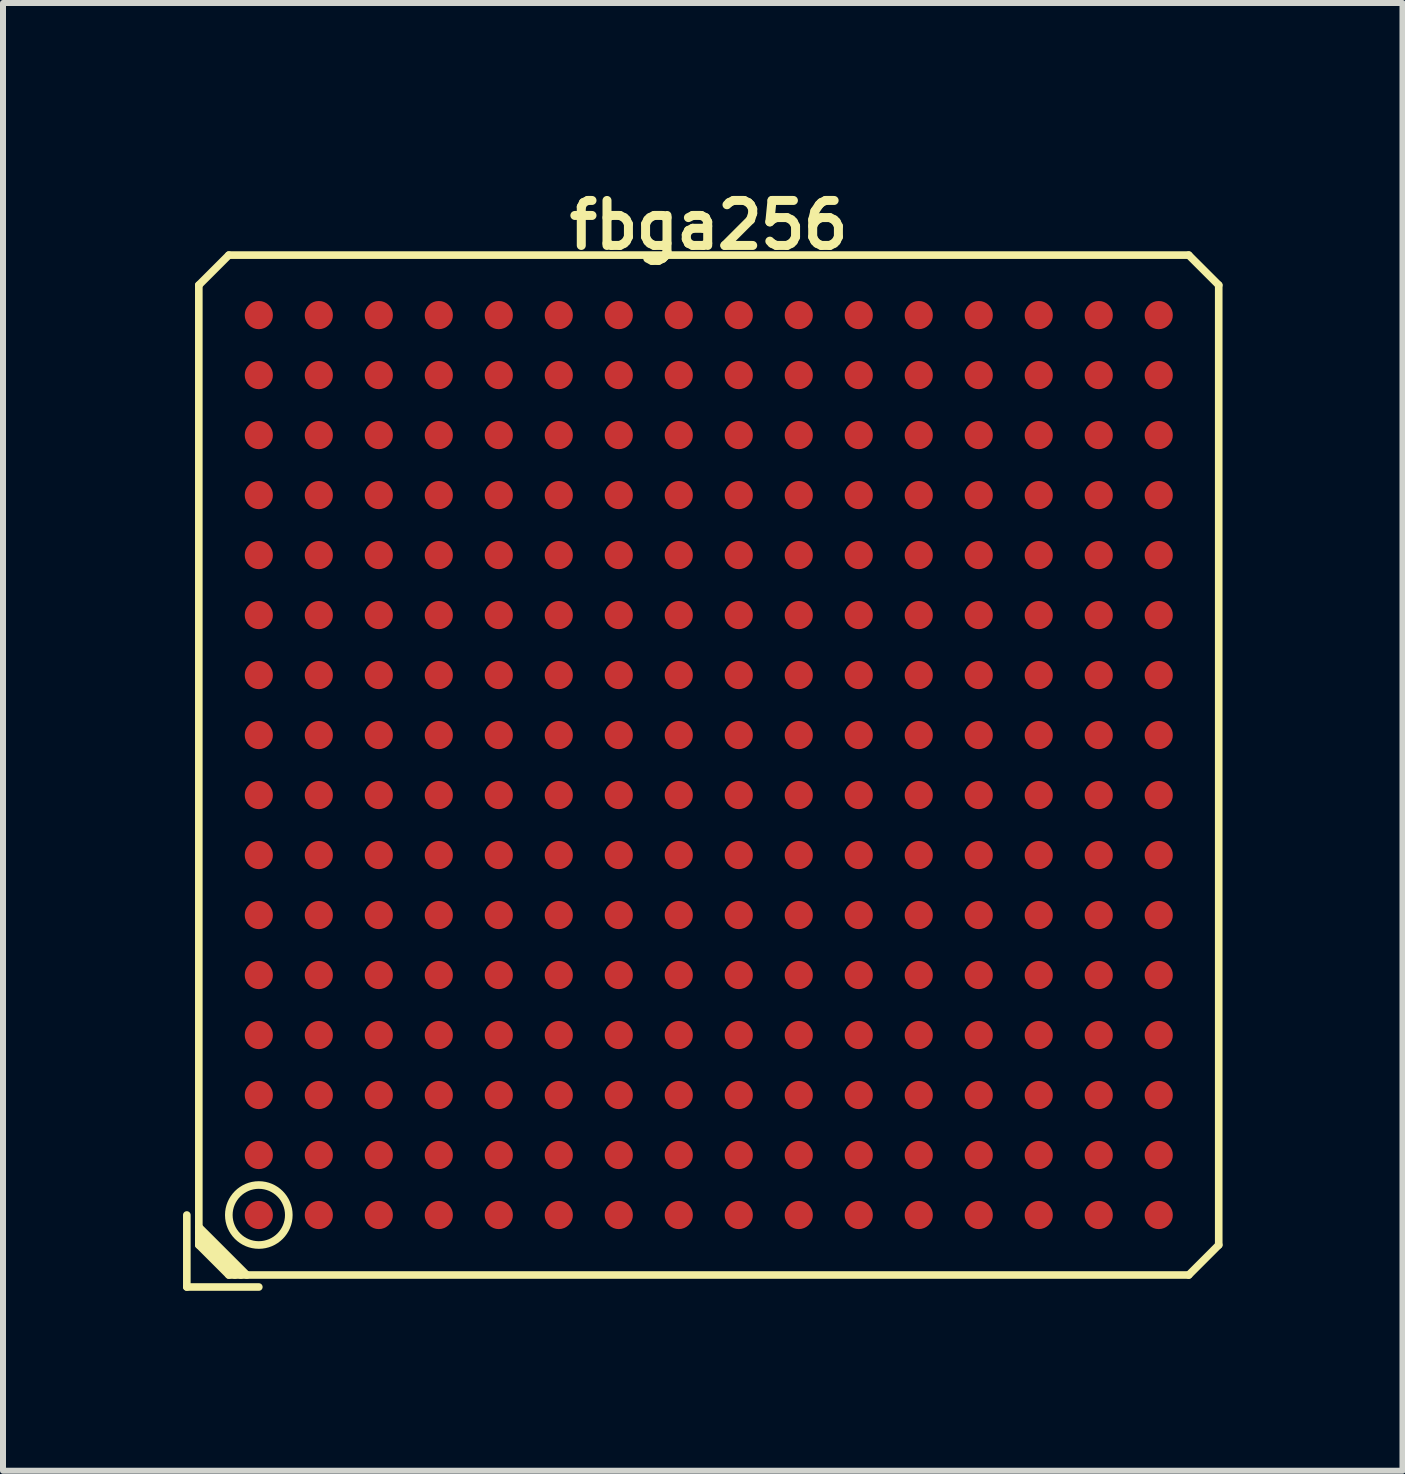
<source format=kicad_pcb>
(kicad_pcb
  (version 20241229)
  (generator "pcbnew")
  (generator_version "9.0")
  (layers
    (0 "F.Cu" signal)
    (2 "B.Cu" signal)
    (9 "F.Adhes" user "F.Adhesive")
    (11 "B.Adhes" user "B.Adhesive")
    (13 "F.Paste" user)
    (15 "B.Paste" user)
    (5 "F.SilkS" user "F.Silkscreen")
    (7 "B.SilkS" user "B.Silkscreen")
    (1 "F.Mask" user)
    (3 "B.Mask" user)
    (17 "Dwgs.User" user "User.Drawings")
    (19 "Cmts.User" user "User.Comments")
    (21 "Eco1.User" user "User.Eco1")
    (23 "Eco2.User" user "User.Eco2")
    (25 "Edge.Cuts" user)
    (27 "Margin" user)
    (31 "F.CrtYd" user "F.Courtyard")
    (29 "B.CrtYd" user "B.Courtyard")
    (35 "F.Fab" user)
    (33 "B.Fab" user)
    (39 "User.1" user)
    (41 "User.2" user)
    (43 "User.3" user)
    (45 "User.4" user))
  (footprint "fbga256"
    (layer "F.Cu")
    (at 8.764 9.702)
    (property "Reference" "fbga256" (at 0 -9 0) (layer "F.SilkS") (effects (font (size 0.75 0.75) (thickness 0.15))))
    (attr through_hole)
    (fp_line (start -8.7 7.5) (end -8.7 8.7) (stroke (width 0.127) (type solid)) (layer "F.SilkS"))
    (fp_line (start -8.7 8.7) (end -7.5 8.7) (stroke (width 0.127) (type solid)) (layer "F.SilkS"))
    (fp_line (start -8.5 -8) (end -8.5 8) (stroke (width 0.127) (type solid)) (layer "F.SilkS"))
    (fp_line (start -8.5 -8) (end -8 -8.5) (stroke (width 0.127) (type solid)) (layer "F.SilkS"))
    (fp_line (start -8.5 7.7) (end -7.7 8.5) (stroke (width 0.127) (type solid)) (layer "F.SilkS"))
    (fp_line (start -8.5 7.9) (end -7.9 8.5) (stroke (width 0.127) (type solid)) (layer "F.SilkS"))
    (fp_line (start -8 8.5) (end -8.5 8) (stroke (width 0.127) (type solid)) (layer "F.SilkS"))
    (fp_line (start -8 8.5) (end 8 8.5) (stroke (width 0.127) (type solid)) (layer "F.SilkS"))
    (fp_line (start -7.8 8.5) (end -8.5 7.8) (stroke (width 0.127) (type solid)) (layer "F.SilkS"))
    (fp_line (start 8 -8.5) (end -8 -8.5) (stroke (width 0.127) (type solid)) (layer "F.SilkS"))
    (fp_line (start 8 -8.5) (end 8.5 -8) (stroke (width 0.127) (type solid)) (layer "F.SilkS"))
    (fp_line (start 8.5 8) (end 8 8.5) (stroke (width 0.127) (type solid)) (layer "F.SilkS"))
    (fp_line (start 8.5 8) (end 8.5 -8) (stroke (width 0.127) (type solid)) (layer "F.SilkS"))
    (fp_circle (center -7.5 7.5) (end -7.9 7.8) (stroke (width 0.127) (type solid)) (fill no) (layer "F.SilkS"))
    (pad "A1" smd circle (at -7.5 7.5) (size 0.47 0.47) (layers "F.Cu" "F.Mask" "F.Paste"))
    (pad "A2" smd circle (at -6.5 7.5) (size 0.47 0.47) (layers "F.Cu" "F.Mask" "F.Paste"))
    (pad "A3" smd circle (at -5.5 7.5) (size 0.47 0.47) (layers "F.Cu" "F.Mask" "F.Paste"))
    (pad "A4" smd circle (at -4.5 7.5) (size 0.47 0.47) (layers "F.Cu" "F.Mask" "F.Paste"))
    (pad "A5" smd circle (at -3.5 7.5) (size 0.47 0.47) (layers "F.Cu" "F.Mask" "F.Paste"))
    (pad "A6" smd circle (at -2.5 7.5) (size 0.47 0.47) (layers "F.Cu" "F.Mask" "F.Paste"))
    (pad "A7" smd circle (at -1.5 7.5) (size 0.47 0.47) (layers "F.Cu" "F.Mask" "F.Paste"))
    (pad "A8" smd circle (at -0.5 7.5) (size 0.47 0.47) (layers "F.Cu" "F.Mask" "F.Paste"))
    (pad "A9" smd circle (at 0.5 7.5) (size 0.47 0.47) (layers "F.Cu" "F.Mask" "F.Paste"))
    (pad "A10" smd circle (at 1.5 7.5) (size 0.47 0.47) (layers "F.Cu" "F.Mask" "F.Paste"))
    (pad "A11" smd circle (at 2.5 7.5) (size 0.47 0.47) (layers "F.Cu" "F.Mask" "F.Paste"))
    (pad "A12" smd circle (at 3.5 7.5) (size 0.47 0.47) (layers "F.Cu" "F.Mask" "F.Paste"))
    (pad "A13" smd circle (at 4.5 7.5) (size 0.47 0.47) (layers "F.Cu" "F.Mask" "F.Paste"))
    (pad "A14" smd circle (at 5.5 7.5) (size 0.47 0.47) (layers "F.Cu" "F.Mask" "F.Paste"))
    (pad "A15" smd circle (at 6.5 7.5) (size 0.47 0.47) (layers "F.Cu" "F.Mask" "F.Paste"))
    (pad "A16" smd circle (at 7.5 7.5) (size 0.47 0.47) (layers "F.Cu" "F.Mask" "F.Paste"))
    (pad "B1" smd circle (at -7.5 6.5) (size 0.47 0.47) (layers "F.Cu" "F.Mask" "F.Paste"))
    (pad "B2" smd circle (at -6.5 6.5) (size 0.47 0.47) (layers "F.Cu" "F.Mask" "F.Paste"))
    (pad "B3" smd circle (at -5.5 6.5) (size 0.47 0.47) (layers "F.Cu" "F.Mask" "F.Paste"))
    (pad "B4" smd circle (at -4.5 6.5) (size 0.47 0.47) (layers "F.Cu" "F.Mask" "F.Paste"))
    (pad "B5" smd circle (at -3.5 6.5) (size 0.47 0.47) (layers "F.Cu" "F.Mask" "F.Paste"))
    (pad "B6" smd circle (at -2.5 6.5) (size 0.47 0.47) (layers "F.Cu" "F.Mask" "F.Paste"))
    (pad "B7" smd circle (at -1.5 6.5) (size 0.47 0.47) (layers "F.Cu" "F.Mask" "F.Paste"))
    (pad "B8" smd circle (at -0.5 6.5) (size 0.47 0.47) (layers "F.Cu" "F.Mask" "F.Paste"))
    (pad "B9" smd circle (at 0.5 6.5) (size 0.47 0.47) (layers "F.Cu" "F.Mask" "F.Paste"))
    (pad "B10" smd circle (at 1.5 6.5) (size 0.47 0.47) (layers "F.Cu" "F.Mask" "F.Paste"))
    (pad "B11" smd circle (at 2.5 6.5) (size 0.47 0.47) (layers "F.Cu" "F.Mask" "F.Paste"))
    (pad "B12" smd circle (at 3.5 6.5) (size 0.47 0.47) (layers "F.Cu" "F.Mask" "F.Paste"))
    (pad "B13" smd circle (at 4.5 6.5) (size 0.47 0.47) (layers "F.Cu" "F.Mask" "F.Paste"))
    (pad "B14" smd circle (at 5.5 6.5) (size 0.47 0.47) (layers "F.Cu" "F.Mask" "F.Paste"))
    (pad "B15" smd circle (at 6.5 6.5) (size 0.47 0.47) (layers "F.Cu" "F.Mask" "F.Paste"))
    (pad "B16" smd circle (at 7.5 6.5) (size 0.47 0.47) (layers "F.Cu" "F.Mask" "F.Paste"))
    (pad "C1" smd circle (at -7.5 5.5) (size 0.47 0.47) (layers "F.Cu" "F.Mask" "F.Paste"))
    (pad "C2" smd circle (at -6.5 5.5) (size 0.47 0.47) (layers "F.Cu" "F.Mask" "F.Paste"))
    (pad "C3" smd circle (at -5.5 5.5) (size 0.47 0.47) (layers "F.Cu" "F.Mask" "F.Paste"))
    (pad "C4" smd circle (at -4.5 5.5) (size 0.47 0.47) (layers "F.Cu" "F.Mask" "F.Paste"))
    (pad "C5" smd circle (at -3.5 5.5) (size 0.47 0.47) (layers "F.Cu" "F.Mask" "F.Paste"))
    (pad "C6" smd circle (at -2.5 5.5) (size 0.47 0.47) (layers "F.Cu" "F.Mask" "F.Paste"))
    (pad "C7" smd circle (at -1.5 5.5) (size 0.47 0.47) (layers "F.Cu" "F.Mask" "F.Paste"))
    (pad "C8" smd circle (at -0.5 5.5) (size 0.47 0.47) (layers "F.Cu" "F.Mask" "F.Paste"))
    (pad "C9" smd circle (at 0.5 5.5) (size 0.47 0.47) (layers "F.Cu" "F.Mask" "F.Paste"))
    (pad "C10" smd circle (at 1.5 5.5) (size 0.47 0.47) (layers "F.Cu" "F.Mask" "F.Paste"))
    (pad "C11" smd circle (at 2.5 5.5) (size 0.47 0.47) (layers "F.Cu" "F.Mask" "F.Paste"))
    (pad "C12" smd circle (at 3.5 5.5) (size 0.47 0.47) (layers "F.Cu" "F.Mask" "F.Paste"))
    (pad "C13" smd circle (at 4.5 5.5) (size 0.47 0.47) (layers "F.Cu" "F.Mask" "F.Paste"))
    (pad "C14" smd circle (at 5.5 5.5) (size 0.47 0.47) (layers "F.Cu" "F.Mask" "F.Paste"))
    (pad "C15" smd circle (at 6.5 5.5) (size 0.47 0.47) (layers "F.Cu" "F.Mask" "F.Paste"))
    (pad "C16" smd circle (at 7.5 5.5) (size 0.47 0.47) (layers "F.Cu" "F.Mask" "F.Paste"))
    (pad "D1" smd circle (at -7.5 4.5) (size 0.47 0.47) (layers "F.Cu" "F.Mask" "F.Paste"))
    (pad "D2" smd circle (at -6.5 4.5) (size 0.47 0.47) (layers "F.Cu" "F.Mask" "F.Paste"))
    (pad "D3" smd circle (at -5.5 4.5) (size 0.47 0.47) (layers "F.Cu" "F.Mask" "F.Paste"))
    (pad "D4" smd circle (at -4.5 4.5) (size 0.47 0.47) (layers "F.Cu" "F.Mask" "F.Paste"))
    (pad "D5" smd circle (at -3.5 4.5) (size 0.47 0.47) (layers "F.Cu" "F.Mask" "F.Paste"))
    (pad "D6" smd circle (at -2.5 4.5) (size 0.47 0.47) (layers "F.Cu" "F.Mask" "F.Paste"))
    (pad "D7" smd circle (at -1.5 4.5) (size 0.47 0.47) (layers "F.Cu" "F.Mask" "F.Paste"))
    (pad "D8" smd circle (at -0.5 4.5) (size 0.47 0.47) (layers "F.Cu" "F.Mask" "F.Paste"))
    (pad "D9" smd circle (at 0.5 4.5) (size 0.47 0.47) (layers "F.Cu" "F.Mask" "F.Paste"))
    (pad "D10" smd circle (at 1.5 4.5) (size 0.47 0.47) (layers "F.Cu" "F.Mask" "F.Paste"))
    (pad "D11" smd circle (at 2.5 4.5) (size 0.47 0.47) (layers "F.Cu" "F.Mask" "F.Paste"))
    (pad "D12" smd circle (at 3.5 4.5) (size 0.47 0.47) (layers "F.Cu" "F.Mask" "F.Paste"))
    (pad "D13" smd circle (at 4.5 4.5) (size 0.47 0.47) (layers "F.Cu" "F.Mask" "F.Paste"))
    (pad "D14" smd circle (at 5.5 4.5) (size 0.47 0.47) (layers "F.Cu" "F.Mask" "F.Paste"))
    (pad "D15" smd circle (at 6.5 4.5) (size 0.47 0.47) (layers "F.Cu" "F.Mask" "F.Paste"))
    (pad "D16" smd circle (at 7.5 4.5) (size 0.47 0.47) (layers "F.Cu" "F.Mask" "F.Paste"))
    (pad "E1" smd circle (at -7.5 3.5) (size 0.47 0.47) (layers "F.Cu" "F.Mask" "F.Paste"))
    (pad "E2" smd circle (at -6.5 3.5) (size 0.47 0.47) (layers "F.Cu" "F.Mask" "F.Paste"))
    (pad "E3" smd circle (at -5.5 3.5) (size 0.47 0.47) (layers "F.Cu" "F.Mask" "F.Paste"))
    (pad "E4" smd circle (at -4.5 3.5) (size 0.47 0.47) (layers "F.Cu" "F.Mask" "F.Paste"))
    (pad "E5" smd circle (at -3.5 3.5) (size 0.47 0.47) (layers "F.Cu" "F.Mask" "F.Paste"))
    (pad "E6" smd circle (at -2.5 3.5) (size 0.47 0.47) (layers "F.Cu" "F.Mask" "F.Paste"))
    (pad "E7" smd circle (at -1.5 3.5) (size 0.47 0.47) (layers "F.Cu" "F.Mask" "F.Paste"))
    (pad "E8" smd circle (at -0.5 3.5) (size 0.47 0.47) (layers "F.Cu" "F.Mask" "F.Paste"))
    (pad "E9" smd circle (at 0.5 3.5) (size 0.47 0.47) (layers "F.Cu" "F.Mask" "F.Paste"))
    (pad "E10" smd circle (at 1.5 3.5) (size 0.47 0.47) (layers "F.Cu" "F.Mask" "F.Paste"))
    (pad "E11" smd circle (at 2.5 3.5) (size 0.47 0.47) (layers "F.Cu" "F.Mask" "F.Paste"))
    (pad "E12" smd circle (at 3.5 3.5) (size 0.47 0.47) (layers "F.Cu" "F.Mask" "F.Paste"))
    (pad "E13" smd circle (at 4.5 3.5) (size 0.47 0.47) (layers "F.Cu" "F.Mask" "F.Paste"))
    (pad "E14" smd circle (at 5.5 3.5) (size 0.47 0.47) (layers "F.Cu" "F.Mask" "F.Paste"))
    (pad "E15" smd circle (at 6.5 3.5) (size 0.47 0.47) (layers "F.Cu" "F.Mask" "F.Paste"))
    (pad "E16" smd circle (at 7.5 3.5) (size 0.47 0.47) (layers "F.Cu" "F.Mask" "F.Paste"))
    (pad "F1" smd circle (at -7.5 2.5) (size 0.47 0.47) (layers "F.Cu" "F.Mask" "F.Paste"))
    (pad "F2" smd circle (at -6.5 2.5) (size 0.47 0.47) (layers "F.Cu" "F.Mask" "F.Paste"))
    (pad "F3" smd circle (at -5.5 2.5) (size 0.47 0.47) (layers "F.Cu" "F.Mask" "F.Paste"))
    (pad "F4" smd circle (at -4.5 2.5) (size 0.47 0.47) (layers "F.Cu" "F.Mask" "F.Paste"))
    (pad "F5" smd circle (at -3.5 2.5) (size 0.47 0.47) (layers "F.Cu" "F.Mask" "F.Paste"))
    (pad "F6" smd circle (at -2.5 2.5) (size 0.47 0.47) (layers "F.Cu" "F.Mask" "F.Paste"))
    (pad "F7" smd circle (at -1.5 2.5) (size 0.47 0.47) (layers "F.Cu" "F.Mask" "F.Paste"))
    (pad "F8" smd circle (at -0.5 2.5) (size 0.47 0.47) (layers "F.Cu" "F.Mask" "F.Paste"))
    (pad "F9" smd circle (at 0.5 2.5) (size 0.47 0.47) (layers "F.Cu" "F.Mask" "F.Paste"))
    (pad "F10" smd circle (at 1.5 2.5) (size 0.47 0.47) (layers "F.Cu" "F.Mask" "F.Paste"))
    (pad "F11" smd circle (at 2.5 2.5) (size 0.47 0.47) (layers "F.Cu" "F.Mask" "F.Paste"))
    (pad "F12" smd circle (at 3.5 2.5) (size 0.47 0.47) (layers "F.Cu" "F.Mask" "F.Paste"))
    (pad "F13" smd circle (at 4.5 2.5) (size 0.47 0.47) (layers "F.Cu" "F.Mask" "F.Paste"))
    (pad "F14" smd circle (at 5.5 2.5) (size 0.47 0.47) (layers "F.Cu" "F.Mask" "F.Paste"))
    (pad "F15" smd circle (at 6.5 2.5) (size 0.47 0.47) (layers "F.Cu" "F.Mask" "F.Paste"))
    (pad "F16" smd circle (at 7.5 2.5) (size 0.47 0.47) (layers "F.Cu" "F.Mask" "F.Paste"))
    (pad "G1" smd circle (at -7.5 1.5) (size 0.47 0.47) (layers "F.Cu" "F.Mask" "F.Paste"))
    (pad "G2" smd circle (at -6.5 1.5) (size 0.47 0.47) (layers "F.Cu" "F.Mask" "F.Paste"))
    (pad "G3" smd circle (at -5.5 1.5) (size 0.47 0.47) (layers "F.Cu" "F.Mask" "F.Paste"))
    (pad "G4" smd circle (at -4.5 1.5) (size 0.47 0.47) (layers "F.Cu" "F.Mask" "F.Paste"))
    (pad "G5" smd circle (at -3.5 1.5) (size 0.47 0.47) (layers "F.Cu" "F.Mask" "F.Paste"))
    (pad "G6" smd circle (at -2.5 1.5) (size 0.47 0.47) (layers "F.Cu" "F.Mask" "F.Paste"))
    (pad "G7" smd circle (at -1.5 1.5) (size 0.47 0.47) (layers "F.Cu" "F.Mask" "F.Paste"))
    (pad "G8" smd circle (at -0.5 1.5) (size 0.47 0.47) (layers "F.Cu" "F.Mask" "F.Paste"))
    (pad "G9" smd circle (at 0.5 1.5) (size 0.47 0.47) (layers "F.Cu" "F.Mask" "F.Paste"))
    (pad "G10" smd circle (at 1.5 1.5) (size 0.47 0.47) (layers "F.Cu" "F.Mask" "F.Paste"))
    (pad "G11" smd circle (at 2.5 1.5) (size 0.47 0.47) (layers "F.Cu" "F.Mask" "F.Paste"))
    (pad "G12" smd circle (at 3.5 1.5) (size 0.47 0.47) (layers "F.Cu" "F.Mask" "F.Paste"))
    (pad "G13" smd circle (at 4.5 1.5) (size 0.47 0.47) (layers "F.Cu" "F.Mask" "F.Paste"))
    (pad "G14" smd circle (at 5.5 1.5) (size 0.47 0.47) (layers "F.Cu" "F.Mask" "F.Paste"))
    (pad "G15" smd circle (at 6.5 1.5) (size 0.47 0.47) (layers "F.Cu" "F.Mask" "F.Paste"))
    (pad "G16" smd circle (at 7.5 1.5) (size 0.47 0.47) (layers "F.Cu" "F.Mask" "F.Paste"))
    (pad "H1" smd circle (at -7.5 0.5) (size 0.47 0.47) (layers "F.Cu" "F.Mask" "F.Paste"))
    (pad "H2" smd circle (at -6.5 0.5) (size 0.47 0.47) (layers "F.Cu" "F.Mask" "F.Paste"))
    (pad "H3" smd circle (at -5.5 0.5) (size 0.47 0.47) (layers "F.Cu" "F.Mask" "F.Paste"))
    (pad "H4" smd circle (at -4.5 0.5) (size 0.47 0.47) (layers "F.Cu" "F.Mask" "F.Paste"))
    (pad "H5" smd circle (at -3.5 0.5) (size 0.47 0.47) (layers "F.Cu" "F.Mask" "F.Paste"))
    (pad "H6" smd circle (at -2.5 0.5) (size 0.47 0.47) (layers "F.Cu" "F.Mask" "F.Paste"))
    (pad "H7" smd circle (at -1.5 0.5) (size 0.47 0.47) (layers "F.Cu" "F.Mask" "F.Paste"))
    (pad "H8" smd circle (at -0.5 0.5) (size 0.47 0.47) (layers "F.Cu" "F.Mask" "F.Paste"))
    (pad "H9" smd circle (at 0.5 0.5) (size 0.47 0.47) (layers "F.Cu" "F.Mask" "F.Paste"))
    (pad "H10" smd circle (at 1.5 0.5) (size 0.47 0.47) (layers "F.Cu" "F.Mask" "F.Paste"))
    (pad "H11" smd circle (at 2.5 0.5) (size 0.47 0.47) (layers "F.Cu" "F.Mask" "F.Paste"))
    (pad "H12" smd circle (at 3.5 0.5) (size 0.47 0.47) (layers "F.Cu" "F.Mask" "F.Paste"))
    (pad "H13" smd circle (at 4.5 0.5) (size 0.47 0.47) (layers "F.Cu" "F.Mask" "F.Paste"))
    (pad "H14" smd circle (at 5.5 0.5) (size 0.47 0.47) (layers "F.Cu" "F.Mask" "F.Paste"))
    (pad "H15" smd circle (at 6.5 0.5) (size 0.47 0.47) (layers "F.Cu" "F.Mask" "F.Paste"))
    (pad "H16" smd circle (at 7.5 0.5) (size 0.47 0.47) (layers "F.Cu" "F.Mask" "F.Paste"))
    (pad "J1" smd circle (at -7.5 -0.5) (size 0.47 0.47) (layers "F.Cu" "F.Mask" "F.Paste"))
    (pad "J2" smd circle (at -6.5 -0.5) (size 0.47 0.47) (layers "F.Cu" "F.Mask" "F.Paste"))
    (pad "J3" smd circle (at -5.5 -0.5) (size 0.47 0.47) (layers "F.Cu" "F.Mask" "F.Paste"))
    (pad "J4" smd circle (at -4.5 -0.5) (size 0.47 0.47) (layers "F.Cu" "F.Mask" "F.Paste"))
    (pad "J5" smd circle (at -3.5 -0.5) (size 0.47 0.47) (layers "F.Cu" "F.Mask" "F.Paste"))
    (pad "J6" smd circle (at -2.5 -0.5) (size 0.47 0.47) (layers "F.Cu" "F.Mask" "F.Paste"))
    (pad "J7" smd circle (at -1.5 -0.5) (size 0.47 0.47) (layers "F.Cu" "F.Mask" "F.Paste"))
    (pad "J8" smd circle (at -0.5 -0.5) (size 0.47 0.47) (layers "F.Cu" "F.Mask" "F.Paste"))
    (pad "J9" smd circle (at 0.5 -0.5) (size 0.47 0.47) (layers "F.Cu" "F.Mask" "F.Paste"))
    (pad "J10" smd circle (at 1.5 -0.5) (size 0.47 0.47) (layers "F.Cu" "F.Mask" "F.Paste"))
    (pad "J11" smd circle (at 2.5 -0.5) (size 0.47 0.47) (layers "F.Cu" "F.Mask" "F.Paste"))
    (pad "J12" smd circle (at 3.5 -0.5) (size 0.47 0.47) (layers "F.Cu" "F.Mask" "F.Paste"))
    (pad "J13" smd circle (at 4.5 -0.5) (size 0.47 0.47) (layers "F.Cu" "F.Mask" "F.Paste"))
    (pad "J14" smd circle (at 5.5 -0.5) (size 0.47 0.47) (layers "F.Cu" "F.Mask" "F.Paste"))
    (pad "J15" smd circle (at 6.5 -0.5) (size 0.47 0.47) (layers "F.Cu" "F.Mask" "F.Paste"))
    (pad "J16" smd circle (at 7.5 -0.5) (size 0.47 0.47) (layers "F.Cu" "F.Mask" "F.Paste"))
    (pad "K1" smd circle (at -7.5 -1.5) (size 0.47 0.47) (layers "F.Cu" "F.Mask" "F.Paste"))
    (pad "K2" smd circle (at -6.5 -1.5) (size 0.47 0.47) (layers "F.Cu" "F.Mask" "F.Paste"))
    (pad "K3" smd circle (at -5.5 -1.5) (size 0.47 0.47) (layers "F.Cu" "F.Mask" "F.Paste"))
    (pad "K4" smd circle (at -4.5 -1.5) (size 0.47 0.47) (layers "F.Cu" "F.Mask" "F.Paste"))
    (pad "K5" smd circle (at -3.5 -1.5) (size 0.47 0.47) (layers "F.Cu" "F.Mask" "F.Paste"))
    (pad "K6" smd circle (at -2.5 -1.5) (size 0.47 0.47) (layers "F.Cu" "F.Mask" "F.Paste"))
    (pad "K7" smd circle (at -1.5 -1.5) (size 0.47 0.47) (layers "F.Cu" "F.Mask" "F.Paste"))
    (pad "K8" smd circle (at -0.5 -1.5) (size 0.47 0.47) (layers "F.Cu" "F.Mask" "F.Paste"))
    (pad "K9" smd circle (at 0.5 -1.5) (size 0.47 0.47) (layers "F.Cu" "F.Mask" "F.Paste"))
    (pad "K10" smd circle (at 1.5 -1.5) (size 0.47 0.47) (layers "F.Cu" "F.Mask" "F.Paste"))
    (pad "K11" smd circle (at 2.5 -1.5) (size 0.47 0.47) (layers "F.Cu" "F.Mask" "F.Paste"))
    (pad "K12" smd circle (at 3.5 -1.5) (size 0.47 0.47) (layers "F.Cu" "F.Mask" "F.Paste"))
    (pad "K13" smd circle (at 4.5 -1.5) (size 0.47 0.47) (layers "F.Cu" "F.Mask" "F.Paste"))
    (pad "K14" smd circle (at 5.5 -1.5) (size 0.47 0.47) (layers "F.Cu" "F.Mask" "F.Paste"))
    (pad "K15" smd circle (at 6.5 -1.5) (size 0.47 0.47) (layers "F.Cu" "F.Mask" "F.Paste"))
    (pad "K16" smd circle (at 7.5 -1.5) (size 0.47 0.47) (layers "F.Cu" "F.Mask" "F.Paste"))
    (pad "L1" smd circle (at -7.5 -2.5) (size 0.47 0.47) (layers "F.Cu" "F.Mask" "F.Paste"))
    (pad "L2" smd circle (at -6.5 -2.5) (size 0.47 0.47) (layers "F.Cu" "F.Mask" "F.Paste"))
    (pad "L3" smd circle (at -5.5 -2.5) (size 0.47 0.47) (layers "F.Cu" "F.Mask" "F.Paste"))
    (pad "L4" smd circle (at -4.5 -2.5) (size 0.47 0.47) (layers "F.Cu" "F.Mask" "F.Paste"))
    (pad "L5" smd circle (at -3.5 -2.5) (size 0.47 0.47) (layers "F.Cu" "F.Mask" "F.Paste"))
    (pad "L6" smd circle (at -2.5 -2.5) (size 0.47 0.47) (layers "F.Cu" "F.Mask" "F.Paste"))
    (pad "L7" smd circle (at -1.5 -2.5) (size 0.47 0.47) (layers "F.Cu" "F.Mask" "F.Paste"))
    (pad "L8" smd circle (at -0.5 -2.5) (size 0.47 0.47) (layers "F.Cu" "F.Mask" "F.Paste"))
    (pad "L9" smd circle (at 0.5 -2.5) (size 0.47 0.47) (layers "F.Cu" "F.Mask" "F.Paste"))
    (pad "L10" smd circle (at 1.5 -2.5) (size 0.47 0.47) (layers "F.Cu" "F.Mask" "F.Paste"))
    (pad "L11" smd circle (at 2.5 -2.5) (size 0.47 0.47) (layers "F.Cu" "F.Mask" "F.Paste"))
    (pad "L12" smd circle (at 3.5 -2.5) (size 0.47 0.47) (layers "F.Cu" "F.Mask" "F.Paste"))
    (pad "L13" smd circle (at 4.5 -2.5) (size 0.47 0.47) (layers "F.Cu" "F.Mask" "F.Paste"))
    (pad "L14" smd circle (at 5.5 -2.5) (size 0.47 0.47) (layers "F.Cu" "F.Mask" "F.Paste"))
    (pad "L15" smd circle (at 6.5 -2.5) (size 0.47 0.47) (layers "F.Cu" "F.Mask" "F.Paste"))
    (pad "L16" smd circle (at 7.5 -2.5) (size 0.47 0.47) (layers "F.Cu" "F.Mask" "F.Paste"))
    (pad "M1" smd circle (at -7.5 -3.5) (size 0.47 0.47) (layers "F.Cu" "F.Mask" "F.Paste"))
    (pad "M2" smd circle (at -6.5 -3.5) (size 0.47 0.47) (layers "F.Cu" "F.Mask" "F.Paste"))
    (pad "M3" smd circle (at -5.5 -3.5) (size 0.47 0.47) (layers "F.Cu" "F.Mask" "F.Paste"))
    (pad "M4" smd circle (at -4.5 -3.5) (size 0.47 0.47) (layers "F.Cu" "F.Mask" "F.Paste"))
    (pad "M5" smd circle (at -3.5 -3.5) (size 0.47 0.47) (layers "F.Cu" "F.Mask" "F.Paste"))
    (pad "M6" smd circle (at -2.5 -3.5) (size 0.47 0.47) (layers "F.Cu" "F.Mask" "F.Paste"))
    (pad "M7" smd circle (at -1.5 -3.5) (size 0.47 0.47) (layers "F.Cu" "F.Mask" "F.Paste"))
    (pad "M8" smd circle (at -0.5 -3.5) (size 0.47 0.47) (layers "F.Cu" "F.Mask" "F.Paste"))
    (pad "M9" smd circle (at 0.5 -3.5) (size 0.47 0.47) (layers "F.Cu" "F.Mask" "F.Paste"))
    (pad "M10" smd circle (at 1.5 -3.5) (size 0.47 0.47) (layers "F.Cu" "F.Mask" "F.Paste"))
    (pad "M11" smd circle (at 2.5 -3.5) (size 0.47 0.47) (layers "F.Cu" "F.Mask" "F.Paste"))
    (pad "M12" smd circle (at 3.5 -3.5) (size 0.47 0.47) (layers "F.Cu" "F.Mask" "F.Paste"))
    (pad "M13" smd circle (at 4.5 -3.5) (size 0.47 0.47) (layers "F.Cu" "F.Mask" "F.Paste"))
    (pad "M14" smd circle (at 5.5 -3.5) (size 0.47 0.47) (layers "F.Cu" "F.Mask" "F.Paste"))
    (pad "M15" smd circle (at 6.5 -3.5) (size 0.47 0.47) (layers "F.Cu" "F.Mask" "F.Paste"))
    (pad "M16" smd circle (at 7.5 -3.5) (size 0.47 0.47) (layers "F.Cu" "F.Mask" "F.Paste"))
    (pad "N1" smd circle (at -7.5 -4.5) (size 0.47 0.47) (layers "F.Cu" "F.Mask" "F.Paste"))
    (pad "N2" smd circle (at -6.5 -4.5) (size 0.47 0.47) (layers "F.Cu" "F.Mask" "F.Paste"))
    (pad "N3" smd circle (at -5.5 -4.5) (size 0.47 0.47) (layers "F.Cu" "F.Mask" "F.Paste"))
    (pad "N4" smd circle (at -4.5 -4.5) (size 0.47 0.47) (layers "F.Cu" "F.Mask" "F.Paste"))
    (pad "N5" smd circle (at -3.5 -4.5) (size 0.47 0.47) (layers "F.Cu" "F.Mask" "F.Paste"))
    (pad "N6" smd circle (at -2.5 -4.5) (size 0.47 0.47) (layers "F.Cu" "F.Mask" "F.Paste"))
    (pad "N7" smd circle (at -1.5 -4.5) (size 0.47 0.47) (layers "F.Cu" "F.Mask" "F.Paste"))
    (pad "N8" smd circle (at -0.5 -4.5) (size 0.47 0.47) (layers "F.Cu" "F.Mask" "F.Paste"))
    (pad "N9" smd circle (at 0.5 -4.5) (size 0.47 0.47) (layers "F.Cu" "F.Mask" "F.Paste"))
    (pad "N10" smd circle (at 1.5 -4.5) (size 0.47 0.47) (layers "F.Cu" "F.Mask" "F.Paste"))
    (pad "N11" smd circle (at 2.5 -4.5) (size 0.47 0.47) (layers "F.Cu" "F.Mask" "F.Paste"))
    (pad "N12" smd circle (at 3.5 -4.5) (size 0.47 0.47) (layers "F.Cu" "F.Mask" "F.Paste"))
    (pad "N13" smd circle (at 4.5 -4.5) (size 0.47 0.47) (layers "F.Cu" "F.Mask" "F.Paste"))
    (pad "N14" smd circle (at 5.5 -4.5) (size 0.47 0.47) (layers "F.Cu" "F.Mask" "F.Paste"))
    (pad "N15" smd circle (at 6.5 -4.5) (size 0.47 0.47) (layers "F.Cu" "F.Mask" "F.Paste"))
    (pad "N16" smd circle (at 7.5 -4.5) (size 0.47 0.47) (layers "F.Cu" "F.Mask" "F.Paste"))
    (pad "P1" smd circle (at -7.5 -5.5) (size 0.47 0.47) (layers "F.Cu" "F.Mask" "F.Paste"))
    (pad "P2" smd circle (at -6.5 -5.5) (size 0.47 0.47) (layers "F.Cu" "F.Mask" "F.Paste"))
    (pad "P3" smd circle (at -5.5 -5.5) (size 0.47 0.47) (layers "F.Cu" "F.Mask" "F.Paste"))
    (pad "P4" smd circle (at -4.5 -5.5) (size 0.47 0.47) (layers "F.Cu" "F.Mask" "F.Paste"))
    (pad "P5" smd circle (at -3.5 -5.5) (size 0.47 0.47) (layers "F.Cu" "F.Mask" "F.Paste"))
    (pad "P6" smd circle (at -2.5 -5.5) (size 0.47 0.47) (layers "F.Cu" "F.Mask" "F.Paste"))
    (pad "P7" smd circle (at -1.5 -5.5) (size 0.47 0.47) (layers "F.Cu" "F.Mask" "F.Paste"))
    (pad "P8" smd circle (at -0.5 -5.5) (size 0.47 0.47) (layers "F.Cu" "F.Mask" "F.Paste"))
    (pad "P9" smd circle (at 0.5 -5.5) (size 0.47 0.47) (layers "F.Cu" "F.Mask" "F.Paste"))
    (pad "P10" smd circle (at 1.5 -5.5) (size 0.47 0.47) (layers "F.Cu" "F.Mask" "F.Paste"))
    (pad "P11" smd circle (at 2.5 -5.5) (size 0.47 0.47) (layers "F.Cu" "F.Mask" "F.Paste"))
    (pad "P12" smd circle (at 3.5 -5.5) (size 0.47 0.47) (layers "F.Cu" "F.Mask" "F.Paste"))
    (pad "P13" smd circle (at 4.5 -5.5) (size 0.47 0.47) (layers "F.Cu" "F.Mask" "F.Paste"))
    (pad "P14" smd circle (at 5.5 -5.5) (size 0.47 0.47) (layers "F.Cu" "F.Mask" "F.Paste"))
    (pad "P15" smd circle (at 6.5 -5.5) (size 0.47 0.47) (layers "F.Cu" "F.Mask" "F.Paste"))
    (pad "P16" smd circle (at 7.5 -5.5) (size 0.47 0.47) (layers "F.Cu" "F.Mask" "F.Paste"))
    (pad "R1" smd circle (at -7.5 -6.5) (size 0.47 0.47) (layers "F.Cu" "F.Mask" "F.Paste"))
    (pad "R2" smd circle (at -6.5 -6.5) (size 0.47 0.47) (layers "F.Cu" "F.Mask" "F.Paste"))
    (pad "R3" smd circle (at -5.5 -6.5) (size 0.47 0.47) (layers "F.Cu" "F.Mask" "F.Paste"))
    (pad "R4" smd circle (at -4.5 -6.5) (size 0.47 0.47) (layers "F.Cu" "F.Mask" "F.Paste"))
    (pad "R5" smd circle (at -3.5 -6.5) (size 0.47 0.47) (layers "F.Cu" "F.Mask" "F.Paste"))
    (pad "R6" smd circle (at -2.5 -6.5) (size 0.47 0.47) (layers "F.Cu" "F.Mask" "F.Paste"))
    (pad "R7" smd circle (at -1.5 -6.5) (size 0.47 0.47) (layers "F.Cu" "F.Mask" "F.Paste"))
    (pad "R8" smd circle (at -0.5 -6.5) (size 0.47 0.47) (layers "F.Cu" "F.Mask" "F.Paste"))
    (pad "R9" smd circle (at 0.5 -6.5) (size 0.47 0.47) (layers "F.Cu" "F.Mask" "F.Paste"))
    (pad "R10" smd circle (at 1.5 -6.5) (size 0.47 0.47) (layers "F.Cu" "F.Mask" "F.Paste"))
    (pad "R11" smd circle (at 2.5 -6.5) (size 0.47 0.47) (layers "F.Cu" "F.Mask" "F.Paste"))
    (pad "R12" smd circle (at 3.5 -6.5) (size 0.47 0.47) (layers "F.Cu" "F.Mask" "F.Paste"))
    (pad "R13" smd circle (at 4.5 -6.5) (size 0.47 0.47) (layers "F.Cu" "F.Mask" "F.Paste"))
    (pad "R14" smd circle (at 5.5 -6.5) (size 0.47 0.47) (layers "F.Cu" "F.Mask" "F.Paste"))
    (pad "R15" smd circle (at 6.5 -6.5) (size 0.47 0.47) (layers "F.Cu" "F.Mask" "F.Paste"))
    (pad "R16" smd circle (at 7.5 -6.5) (size 0.47 0.47) (layers "F.Cu" "F.Mask" "F.Paste"))
    (pad "T1" smd circle (at -7.5 -7.5) (size 0.47 0.47) (layers "F.Cu" "F.Mask" "F.Paste"))
    (pad "T2" smd circle (at -6.5 -7.5) (size 0.47 0.47) (layers "F.Cu" "F.Mask" "F.Paste"))
    (pad "T3" smd circle (at -5.5 -7.5) (size 0.47 0.47) (layers "F.Cu" "F.Mask" "F.Paste"))
    (pad "T4" smd circle (at -4.5 -7.5) (size 0.47 0.47) (layers "F.Cu" "F.Mask" "F.Paste"))
    (pad "T5" smd circle (at -3.5 -7.5) (size 0.47 0.47) (layers "F.Cu" "F.Mask" "F.Paste"))
    (pad "T6" smd circle (at -2.5 -7.5) (size 0.47 0.47) (layers "F.Cu" "F.Mask" "F.Paste"))
    (pad "T7" smd circle (at -1.5 -7.5) (size 0.47 0.47) (layers "F.Cu" "F.Mask" "F.Paste"))
    (pad "T8" smd circle (at -0.5 -7.5) (size 0.47 0.47) (layers "F.Cu" "F.Mask" "F.Paste"))
    (pad "T9" smd circle (at 0.5 -7.5) (size 0.47 0.47) (layers "F.Cu" "F.Mask" "F.Paste"))
    (pad "T10" smd circle (at 1.5 -7.5) (size 0.47 0.47) (layers "F.Cu" "F.Mask" "F.Paste"))
    (pad "T11" smd circle (at 2.5 -7.5) (size 0.47 0.47) (layers "F.Cu" "F.Mask" "F.Paste"))
    (pad "T12" smd circle (at 3.5 -7.5) (size 0.47 0.47) (layers "F.Cu" "F.Mask" "F.Paste"))
    (pad "T13" smd circle (at 4.5 -7.5) (size 0.47 0.47) (layers "F.Cu" "F.Mask" "F.Paste"))
    (pad "T14" smd circle (at 5.5 -7.5) (size 0.47 0.47) (layers "F.Cu" "F.Mask" "F.Paste"))
    (pad "T15" smd circle (at 6.5 -7.5) (size 0.47 0.47) (layers "F.Cu" "F.Mask" "F.Paste"))
    (pad "T16" smd circle (at 7.5 -7.5) (size 0.47 0.47) (layers "F.Cu" "F.Mask" "F.Paste")))
  (gr_rect
    (start -3 -3)
    (end 20.327 21.465)
    (stroke (width 0.1) (type default))
    (fill no)
    (layer "Edge.Cuts")))
</source>
